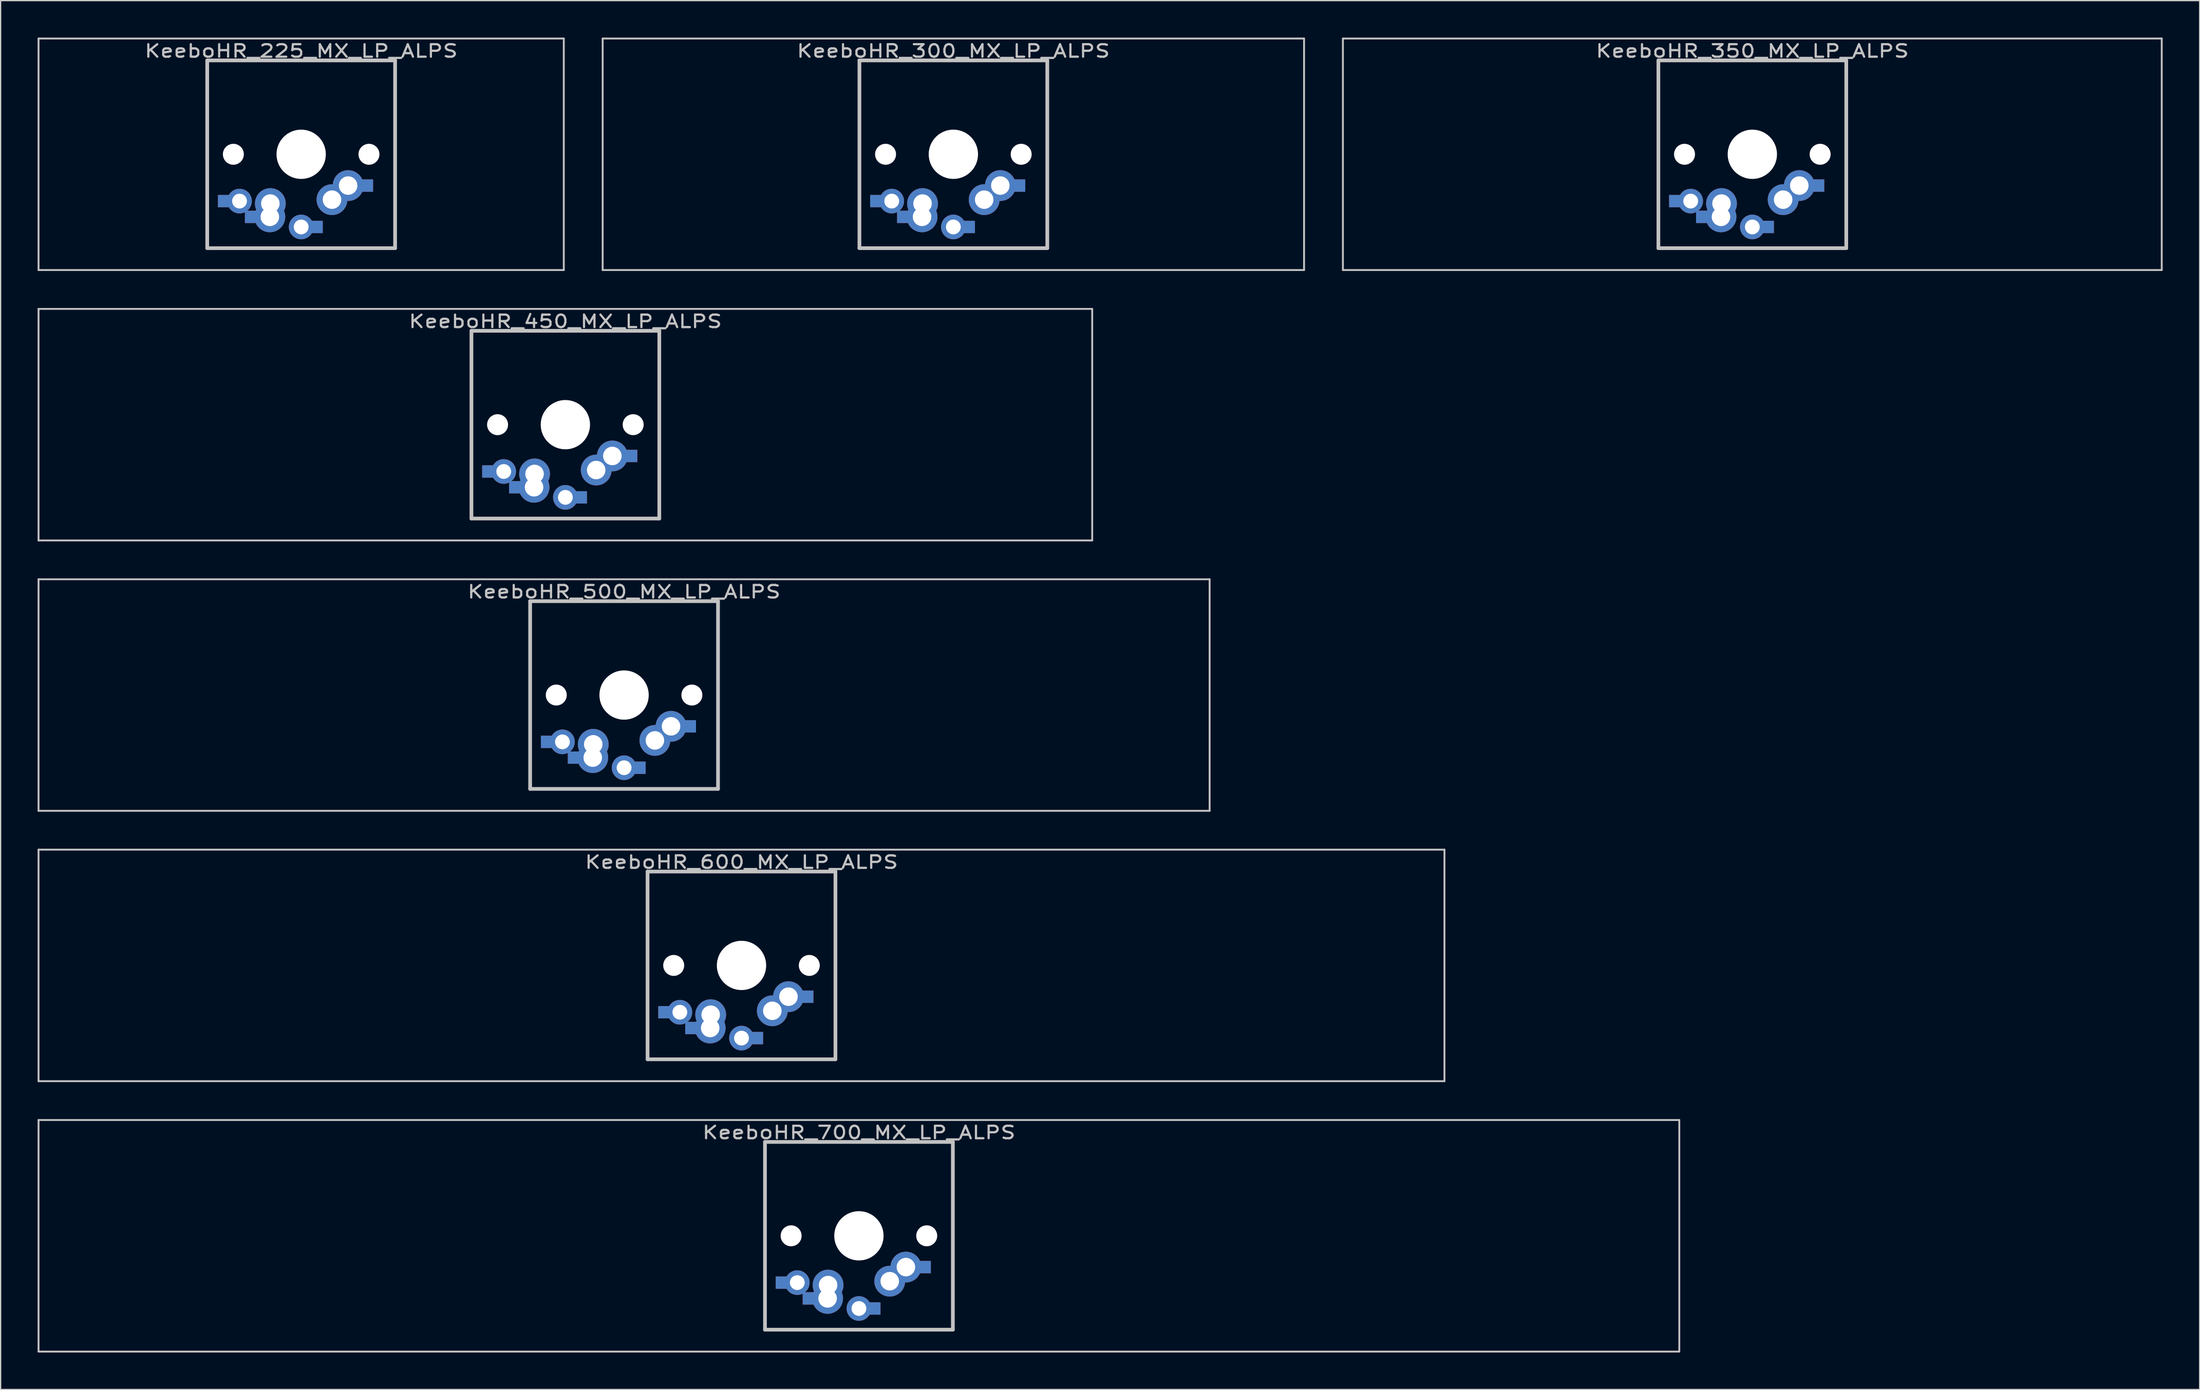
<source format=kicad_pcb>
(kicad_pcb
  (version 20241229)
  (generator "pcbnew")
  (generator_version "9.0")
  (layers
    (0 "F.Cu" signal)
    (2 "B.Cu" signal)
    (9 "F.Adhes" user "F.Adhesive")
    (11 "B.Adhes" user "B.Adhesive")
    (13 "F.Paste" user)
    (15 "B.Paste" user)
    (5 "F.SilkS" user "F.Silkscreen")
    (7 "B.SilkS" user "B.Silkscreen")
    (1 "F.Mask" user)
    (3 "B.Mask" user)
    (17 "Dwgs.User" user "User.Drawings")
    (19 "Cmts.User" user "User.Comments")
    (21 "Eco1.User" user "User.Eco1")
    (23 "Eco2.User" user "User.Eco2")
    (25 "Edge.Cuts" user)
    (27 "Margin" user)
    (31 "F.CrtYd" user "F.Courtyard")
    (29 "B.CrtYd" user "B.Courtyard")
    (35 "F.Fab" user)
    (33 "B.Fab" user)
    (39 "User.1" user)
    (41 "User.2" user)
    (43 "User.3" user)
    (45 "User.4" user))
  (footprint "KeeboHR_225_MX_LP_ALPS"
    (layer "F.Cu")
    (at 21.38 9.474)
    (property "Reference" "KeeboHR_225_MX_LP_ALPS" (at 0 -8.382 0) (layer "Dwgs.User") (effects (font (size 1.016 1.27) (thickness 0.178))))
    (attr through_hole)
    (fp_line (start -21.304 -9.398) (end 21.304 -9.398) (stroke (width 0.152) (type solid)) (layer "Dwgs.User"))
    (fp_line (start -21.304 9.398) (end -21.304 -9.398) (stroke (width 0.152) (type solid)) (layer "Dwgs.User"))
    (fp_line (start -7.62 -7.62) (end 7.62 -7.62) (stroke (width 0.3) (type solid)) (layer "Dwgs.User"))
    (fp_line (start -7.62 7.62) (end -7.62 -7.62) (stroke (width 0.3) (type solid)) (layer "Dwgs.User"))
    (fp_line (start 7.62 -7.62) (end 7.62 7.62) (stroke (width 0.3) (type solid)) (layer "Dwgs.User"))
    (fp_line (start 7.62 7.62) (end -7.62 7.62) (stroke (width 0.3) (type solid)) (layer "Dwgs.User"))
    (fp_line (start 21.304 -9.398) (end 21.304 9.398) (stroke (width 0.152) (type solid)) (layer "Dwgs.User"))
    (fp_line (start 21.304 9.398) (end -21.304 9.398) (stroke (width 0.152) (type solid)) (layer "Dwgs.User"))
    (pad "" np_thru_hole circle (at -5.5 0) (size 1.7 1.7) (drill 1.7) (layers "*.Cu" "*.Mask"))
    (pad "" np_thru_hole circle (at 0 0) (size 4 4) (drill 4) (layers "*.Cu" "*.Mask"))
    (pad "" np_thru_hole circle (at 5.5 0) (size 1.7 1.7) (drill 1.7) (layers "*.Cu" "*.Mask"))
    (pad "1" thru_hole circle (at 0 5.9) (size 2 2) (drill 1.2) (layers "*.Cu" "*.Mask"))
    (pad "1" smd rect (at 1.25 5.9) (size 1 1) (layers "*.Cu" "*.Mask"))
    (pad "1" thru_hole circle (at 2.5 3.683) (size 2.5 2.5) (drill 1.5) (layers "*.Cu" "*.Mask"))
    (pad "1" thru_hole circle (at 3.81 2.54) (size 2.5 2.5) (drill 1.5) (layers "*.Cu" "*.Mask"))
    (pad "1" smd rect (at 5.334 2.54) (size 1 1) (layers "*.Cu" "*.Mask"))
    (pad "2" smd rect (at -6.25 3.8) (size 1 1) (layers "*.Cu" "*.Mask"))
    (pad "2" thru_hole circle (at -5 3.8) (size 2 2) (drill 1.2) (layers "*.Cu" "*.Mask"))
    (pad "2" smd rect (at -4.064 5.08) (size 1 1) (layers "*.Cu" "*.Mask"))
    (pad "2" thru_hole circle (at -2.54 5.08) (size 2.5 2.5) (drill 1.5) (layers "*.Cu" "*.Mask"))
    (pad "2" thru_hole circle (at -2.5 4) (size 2.5 2.5) (drill 1.5) (layers "*.Cu" "*.Mask")))
  (footprint "KeeboHR_600_MX_LP_ALPS"
    (layer "F.Cu")
    (at 57.099 75.319)
    (property "Reference" "KeeboHR_600_MX_LP_ALPS" (at 0 -8.382 0) (layer "Dwgs.User") (effects (font (size 1.016 1.27) (thickness 0.178))))
    (attr through_hole)
    (fp_line (start -57.023 -9.398) (end 57.023 -9.398) (stroke (width 0.152) (type solid)) (layer "Dwgs.User"))
    (fp_line (start -57.023 9.398) (end -57.023 -9.398) (stroke (width 0.152) (type solid)) (layer "Dwgs.User"))
    (fp_line (start -7.62 -7.62) (end 7.62 -7.62) (stroke (width 0.3) (type solid)) (layer "Dwgs.User"))
    (fp_line (start -7.62 7.62) (end -7.62 -7.62) (stroke (width 0.3) (type solid)) (layer "Dwgs.User"))
    (fp_line (start 7.62 -7.62) (end 7.62 7.62) (stroke (width 0.3) (type solid)) (layer "Dwgs.User"))
    (fp_line (start 7.62 7.62) (end -7.62 7.62) (stroke (width 0.3) (type solid)) (layer "Dwgs.User"))
    (fp_line (start 57.023 -9.398) (end 57.023 9.398) (stroke (width 0.152) (type solid)) (layer "Dwgs.User"))
    (fp_line (start 57.023 9.398) (end -57.023 9.398) (stroke (width 0.152) (type solid)) (layer "Dwgs.User"))
    (pad "" np_thru_hole circle (at -5.5 0) (size 1.7 1.7) (drill 1.7) (layers "*.Cu" "*.Mask"))
    (pad "" np_thru_hole circle (at 0 0) (size 4 4) (drill 4) (layers "*.Cu" "*.Mask"))
    (pad "" np_thru_hole circle (at 5.5 0) (size 1.7 1.7) (drill 1.7) (layers "*.Cu" "*.Mask"))
    (pad "1" thru_hole circle (at 0 5.9) (size 2 2) (drill 1.2) (layers "*.Cu" "*.Mask"))
    (pad "1" smd rect (at 1.25 5.9) (size 1 1) (layers "*.Cu" "*.Mask"))
    (pad "1" thru_hole circle (at 2.5 3.683) (size 2.5 2.5) (drill 1.5) (layers "*.Cu" "*.Mask"))
    (pad "1" thru_hole circle (at 3.81 2.54) (size 2.5 2.5) (drill 1.5) (layers "*.Cu" "*.Mask"))
    (pad "1" smd rect (at 5.334 2.54) (size 1 1) (layers "*.Cu" "*.Mask"))
    (pad "2" smd rect (at -6.25 3.8) (size 1 1) (layers "*.Cu" "*.Mask"))
    (pad "2" thru_hole circle (at -5 3.8) (size 2 2) (drill 1.2) (layers "*.Cu" "*.Mask"))
    (pad "2" smd rect (at -4.064 5.08) (size 1 1) (layers "*.Cu" "*.Mask"))
    (pad "2" thru_hole circle (at -2.54 5.08) (size 2.5 2.5) (drill 1.5) (layers "*.Cu" "*.Mask"))
    (pad "2" thru_hole circle (at -2.5 4) (size 2.5 2.5) (drill 1.5) (layers "*.Cu" "*.Mask")))
  (footprint "KeeboHR_700_MX_LP_ALPS"
    (layer "F.Cu")
    (at 66.624 97.268)
    (property "Reference" "KeeboHR_700_MX_LP_ALPS" (at 0 -8.382 0) (layer "Dwgs.User") (effects (font (size 1.016 1.27) (thickness 0.178))))
    (attr through_hole)
    (fp_line (start -66.548 -9.398) (end 66.548 -9.398) (stroke (width 0.152) (type solid)) (layer "Dwgs.User"))
    (fp_line (start -66.548 9.398) (end -66.548 -9.398) (stroke (width 0.152) (type solid)) (layer "Dwgs.User"))
    (fp_line (start -7.62 -7.62) (end 7.62 -7.62) (stroke (width 0.3) (type solid)) (layer "Dwgs.User"))
    (fp_line (start -7.62 7.62) (end -7.62 -7.62) (stroke (width 0.3) (type solid)) (layer "Dwgs.User"))
    (fp_line (start 7.62 -7.62) (end 7.62 7.62) (stroke (width 0.3) (type solid)) (layer "Dwgs.User"))
    (fp_line (start 7.62 7.62) (end -7.62 7.62) (stroke (width 0.3) (type solid)) (layer "Dwgs.User"))
    (fp_line (start 66.548 -9.398) (end 66.548 9.398) (stroke (width 0.152) (type solid)) (layer "Dwgs.User"))
    (fp_line (start 66.548 9.398) (end -66.548 9.398) (stroke (width 0.152) (type solid)) (layer "Dwgs.User"))
    (pad "" np_thru_hole circle (at -5.5 0) (size 1.7 1.7) (drill 1.7) (layers "*.Cu" "*.Mask"))
    (pad "" np_thru_hole circle (at 0 0) (size 4 4) (drill 4) (layers "*.Cu" "*.Mask"))
    (pad "" np_thru_hole circle (at 5.5 0) (size 1.7 1.7) (drill 1.7) (layers "*.Cu" "*.Mask"))
    (pad "1" thru_hole circle (at 0 5.9) (size 2 2) (drill 1.2) (layers "*.Cu" "*.Mask"))
    (pad "1" smd rect (at 1.25 5.9) (size 1 1) (layers "*.Cu" "*.Mask"))
    (pad "1" thru_hole circle (at 2.5 3.683) (size 2.5 2.5) (drill 1.5) (layers "*.Cu" "*.Mask"))
    (pad "1" thru_hole circle (at 3.81 2.54) (size 2.5 2.5) (drill 1.5) (layers "*.Cu" "*.Mask"))
    (pad "1" smd rect (at 5.334 2.54) (size 1 1) (layers "*.Cu" "*.Mask"))
    (pad "2" smd rect (at -6.25 3.8) (size 1 1) (layers "*.Cu" "*.Mask"))
    (pad "2" thru_hole circle (at -5 3.8) (size 2 2) (drill 1.2) (layers "*.Cu" "*.Mask"))
    (pad "2" smd rect (at -4.064 5.08) (size 1 1) (layers "*.Cu" "*.Mask"))
    (pad "2" thru_hole circle (at -2.54 5.08) (size 2.5 2.5) (drill 1.5) (layers "*.Cu" "*.Mask"))
    (pad "2" thru_hole circle (at -2.5 4) (size 2.5 2.5) (drill 1.5) (layers "*.Cu" "*.Mask")))
  (footprint "KeeboHR_500_MX_LP_ALPS"
    (layer "F.Cu")
    (at 47.574 53.371)
    (property "Reference" "KeeboHR_500_MX_LP_ALPS" (at 0 -8.382 0) (layer "Dwgs.User") (effects (font (size 1.016 1.27) (thickness 0.178))))
    (attr through_hole)
    (fp_line (start -47.498 -9.398) (end 47.498 -9.398) (stroke (width 0.152) (type solid)) (layer "Dwgs.User"))
    (fp_line (start -47.498 9.398) (end -47.498 -9.398) (stroke (width 0.152) (type solid)) (layer "Dwgs.User"))
    (fp_line (start -7.62 -7.62) (end 7.62 -7.62) (stroke (width 0.3) (type solid)) (layer "Dwgs.User"))
    (fp_line (start -7.62 7.62) (end -7.62 -7.62) (stroke (width 0.3) (type solid)) (layer "Dwgs.User"))
    (fp_line (start 7.62 -7.62) (end 7.62 7.62) (stroke (width 0.3) (type solid)) (layer "Dwgs.User"))
    (fp_line (start 7.62 7.62) (end -7.62 7.62) (stroke (width 0.3) (type solid)) (layer "Dwgs.User"))
    (fp_line (start 47.498 -9.398) (end 47.498 9.398) (stroke (width 0.152) (type solid)) (layer "Dwgs.User"))
    (fp_line (start 47.498 9.398) (end -47.498 9.398) (stroke (width 0.152) (type solid)) (layer "Dwgs.User"))
    (pad "" np_thru_hole circle (at -5.5 0) (size 1.7 1.7) (drill 1.7) (layers "*.Cu" "*.Mask"))
    (pad "" np_thru_hole circle (at 0 0) (size 4 4) (drill 4) (layers "*.Cu" "*.Mask"))
    (pad "" np_thru_hole circle (at 5.5 0) (size 1.7 1.7) (drill 1.7) (layers "*.Cu" "*.Mask"))
    (pad "1" thru_hole circle (at 0 5.9) (size 2 2) (drill 1.2) (layers "*.Cu" "*.Mask"))
    (pad "1" smd rect (at 1.25 5.9) (size 1 1) (layers "*.Cu" "*.Mask"))
    (pad "1" thru_hole circle (at 2.5 3.683) (size 2.5 2.5) (drill 1.5) (layers "*.Cu" "*.Mask"))
    (pad "1" thru_hole circle (at 3.81 2.54) (size 2.5 2.5) (drill 1.5) (layers "*.Cu" "*.Mask"))
    (pad "1" smd rect (at 5.334 2.54) (size 1 1) (layers "*.Cu" "*.Mask"))
    (pad "2" smd rect (at -6.25 3.8) (size 1 1) (layers "*.Cu" "*.Mask"))
    (pad "2" thru_hole circle (at -5 3.8) (size 2 2) (drill 1.2) (layers "*.Cu" "*.Mask"))
    (pad "2" smd rect (at -4.064 5.08) (size 1 1) (layers "*.Cu" "*.Mask"))
    (pad "2" thru_hole circle (at -2.54 5.08) (size 2.5 2.5) (drill 1.5) (layers "*.Cu" "*.Mask"))
    (pad "2" thru_hole circle (at -2.5 4) (size 2.5 2.5) (drill 1.5) (layers "*.Cu" "*.Mask")))
  (footprint "KeeboHR_350_MX_LP_ALPS"
    (layer "F.Cu")
    (at 139.096 9.474)
    (property "Reference" "KeeboHR_350_MX_LP_ALPS" (at 0 -8.382 0) (layer "Dwgs.User") (effects (font (size 1.016 1.27) (thickness 0.178))))
    (attr through_hole)
    (fp_line (start -33.211 -9.398) (end 33.211 -9.398) (stroke (width 0.152) (type solid)) (layer "Dwgs.User"))
    (fp_line (start -33.211 9.398) (end -33.211 -9.398) (stroke (width 0.152) (type solid)) (layer "Dwgs.User"))
    (fp_line (start -7.62 -7.62) (end 7.62 -7.62) (stroke (width 0.3) (type solid)) (layer "Dwgs.User"))
    (fp_line (start -7.62 7.62) (end -7.62 -7.62) (stroke (width 0.3) (type solid)) (layer "Dwgs.User"))
    (fp_line (start 7.62 -7.62) (end 7.62 7.62) (stroke (width 0.3) (type solid)) (layer "Dwgs.User"))
    (fp_line (start 7.62 7.62) (end -7.62 7.62) (stroke (width 0.3) (type solid)) (layer "Dwgs.User"))
    (fp_line (start 33.211 -9.398) (end 33.211 9.398) (stroke (width 0.152) (type solid)) (layer "Dwgs.User"))
    (fp_line (start 33.211 9.398) (end -33.211 9.398) (stroke (width 0.152) (type solid)) (layer "Dwgs.User"))
    (pad "" np_thru_hole circle (at -5.5 0) (size 1.7 1.7) (drill 1.7) (layers "*.Cu" "*.Mask"))
    (pad "" np_thru_hole circle (at 0 0) (size 4 4) (drill 4) (layers "*.Cu" "*.Mask"))
    (pad "" np_thru_hole circle (at 5.5 0) (size 1.7 1.7) (drill 1.7) (layers "*.Cu" "*.Mask"))
    (pad "1" thru_hole circle (at 0 5.9) (size 2 2) (drill 1.2) (layers "*.Cu" "*.Mask"))
    (pad "1" smd rect (at 1.25 5.9) (size 1 1) (layers "*.Cu" "*.Mask"))
    (pad "1" thru_hole circle (at 2.5 3.683) (size 2.5 2.5) (drill 1.5) (layers "*.Cu" "*.Mask"))
    (pad "1" thru_hole circle (at 3.81 2.54) (size 2.5 2.5) (drill 1.5) (layers "*.Cu" "*.Mask"))
    (pad "1" smd rect (at 5.334 2.54) (size 1 1) (layers "*.Cu" "*.Mask"))
    (pad "2" smd rect (at -6.25 3.8) (size 1 1) (layers "*.Cu" "*.Mask"))
    (pad "2" thru_hole circle (at -5 3.8) (size 2 2) (drill 1.2) (layers "*.Cu" "*.Mask"))
    (pad "2" smd rect (at -4.064 5.08) (size 1 1) (layers "*.Cu" "*.Mask"))
    (pad "2" thru_hole circle (at -2.54 5.08) (size 2.5 2.5) (drill 1.5) (layers "*.Cu" "*.Mask"))
    (pad "2" thru_hole circle (at -2.5 4) (size 2.5 2.5) (drill 1.5) (layers "*.Cu" "*.Mask")))
  (footprint "KeeboHR_300_MX_LP_ALPS"
    (layer "F.Cu")
    (at 74.285 9.474)
    (property "Reference" "KeeboHR_300_MX_LP_ALPS" (at 0 -8.382 0) (layer "Dwgs.User") (effects (font (size 1.016 1.27) (thickness 0.178))))
    (attr through_hole)
    (fp_line (start -28.448 -9.398) (end 28.448 -9.398) (stroke (width 0.152) (type solid)) (layer "Dwgs.User"))
    (fp_line (start -28.448 9.398) (end -28.448 -9.398) (stroke (width 0.152) (type solid)) (layer "Dwgs.User"))
    (fp_line (start -7.62 -7.62) (end 7.62 -7.62) (stroke (width 0.3) (type solid)) (layer "Dwgs.User"))
    (fp_line (start -7.62 7.62) (end -7.62 -7.62) (stroke (width 0.3) (type solid)) (layer "Dwgs.User"))
    (fp_line (start 7.62 -7.62) (end 7.62 7.62) (stroke (width 0.3) (type solid)) (layer "Dwgs.User"))
    (fp_line (start 7.62 7.62) (end -7.62 7.62) (stroke (width 0.3) (type solid)) (layer "Dwgs.User"))
    (fp_line (start 28.448 -9.398) (end 28.448 9.398) (stroke (width 0.152) (type solid)) (layer "Dwgs.User"))
    (fp_line (start 28.448 9.398) (end -28.448 9.398) (stroke (width 0.152) (type solid)) (layer "Dwgs.User"))
    (pad "" np_thru_hole circle (at -5.5 0) (size 1.7 1.7) (drill 1.7) (layers "*.Cu" "*.Mask"))
    (pad "" np_thru_hole circle (at 0 0) (size 4 4) (drill 4) (layers "*.Cu" "*.Mask"))
    (pad "" np_thru_hole circle (at 5.5 0) (size 1.7 1.7) (drill 1.7) (layers "*.Cu" "*.Mask"))
    (pad "1" thru_hole circle (at 0 5.9) (size 2 2) (drill 1.2) (layers "*.Cu" "*.Mask"))
    (pad "1" smd rect (at 1.25 5.9) (size 1 1) (layers "*.Cu" "*.Mask"))
    (pad "1" thru_hole circle (at 2.5 3.683) (size 2.5 2.5) (drill 1.5) (layers "*.Cu" "*.Mask"))
    (pad "1" thru_hole circle (at 3.81 2.54) (size 2.5 2.5) (drill 1.5) (layers "*.Cu" "*.Mask"))
    (pad "1" smd rect (at 5.334 2.54) (size 1 1) (layers "*.Cu" "*.Mask"))
    (pad "2" smd rect (at -6.25 3.8) (size 1 1) (layers "*.Cu" "*.Mask"))
    (pad "2" thru_hole circle (at -5 3.8) (size 2 2) (drill 1.2) (layers "*.Cu" "*.Mask"))
    (pad "2" smd rect (at -4.064 5.08) (size 1 1) (layers "*.Cu" "*.Mask"))
    (pad "2" thru_hole circle (at -2.54 5.08) (size 2.5 2.5) (drill 1.5) (layers "*.Cu" "*.Mask"))
    (pad "2" thru_hole circle (at -2.5 4) (size 2.5 2.5) (drill 1.5) (layers "*.Cu" "*.Mask")))
  (footprint "KeeboHR_450_MX_LP_ALPS"
    (layer "F.Cu")
    (at 42.812 31.423)
    (property "Reference" "KeeboHR_450_MX_LP_ALPS" (at 0 -8.382 0) (layer "Dwgs.User") (effects (font (size 1.016 1.27) (thickness 0.178))))
    (attr through_hole)
    (fp_line (start -42.736 -9.398) (end 42.736 -9.398) (stroke (width 0.152) (type solid)) (layer "Dwgs.User"))
    (fp_line (start -42.736 9.398) (end -42.736 -9.398) (stroke (width 0.152) (type solid)) (layer "Dwgs.User"))
    (fp_line (start -7.62 -7.62) (end 7.62 -7.62) (stroke (width 0.3) (type solid)) (layer "Dwgs.User"))
    (fp_line (start -7.62 7.62) (end -7.62 -7.62) (stroke (width 0.3) (type solid)) (layer "Dwgs.User"))
    (fp_line (start 7.62 -7.62) (end 7.62 7.62) (stroke (width 0.3) (type solid)) (layer "Dwgs.User"))
    (fp_line (start 7.62 7.62) (end -7.62 7.62) (stroke (width 0.3) (type solid)) (layer "Dwgs.User"))
    (fp_line (start 42.736 -9.398) (end 42.736 9.398) (stroke (width 0.152) (type solid)) (layer "Dwgs.User"))
    (fp_line (start 42.736 9.398) (end -42.736 9.398) (stroke (width 0.152) (type solid)) (layer "Dwgs.User"))
    (pad "" np_thru_hole circle (at -5.5 0) (size 1.7 1.7) (drill 1.7) (layers "*.Cu" "*.Mask"))
    (pad "" np_thru_hole circle (at 0 0) (size 4 4) (drill 4) (layers "*.Cu" "*.Mask"))
    (pad "" np_thru_hole circle (at 5.5 0) (size 1.7 1.7) (drill 1.7) (layers "*.Cu" "*.Mask"))
    (pad "1" thru_hole circle (at 0 5.9) (size 2 2) (drill 1.2) (layers "*.Cu" "*.Mask"))
    (pad "1" smd rect (at 1.25 5.9) (size 1 1) (layers "*.Cu" "*.Mask"))
    (pad "1" thru_hole circle (at 2.5 3.683) (size 2.5 2.5) (drill 1.5) (layers "*.Cu" "*.Mask"))
    (pad "1" thru_hole circle (at 3.81 2.54) (size 2.5 2.5) (drill 1.5) (layers "*.Cu" "*.Mask"))
    (pad "1" smd rect (at 5.334 2.54) (size 1 1) (layers "*.Cu" "*.Mask"))
    (pad "2" smd rect (at -6.25 3.8) (size 1 1) (layers "*.Cu" "*.Mask"))
    (pad "2" thru_hole circle (at -5 3.8) (size 2 2) (drill 1.2) (layers "*.Cu" "*.Mask"))
    (pad "2" smd rect (at -4.064 5.08) (size 1 1) (layers "*.Cu" "*.Mask"))
    (pad "2" thru_hole circle (at -2.54 5.08) (size 2.5 2.5) (drill 1.5) (layers "*.Cu" "*.Mask"))
    (pad "2" thru_hole circle (at -2.5 4) (size 2.5 2.5) (drill 1.5) (layers "*.Cu" "*.Mask")))
  (gr_rect
    (start -3 -3)
    (end 175.383 109.742)
    (stroke (width 0.1) (type default))
    (fill no)
    (layer "Edge.Cuts")))
</source>
